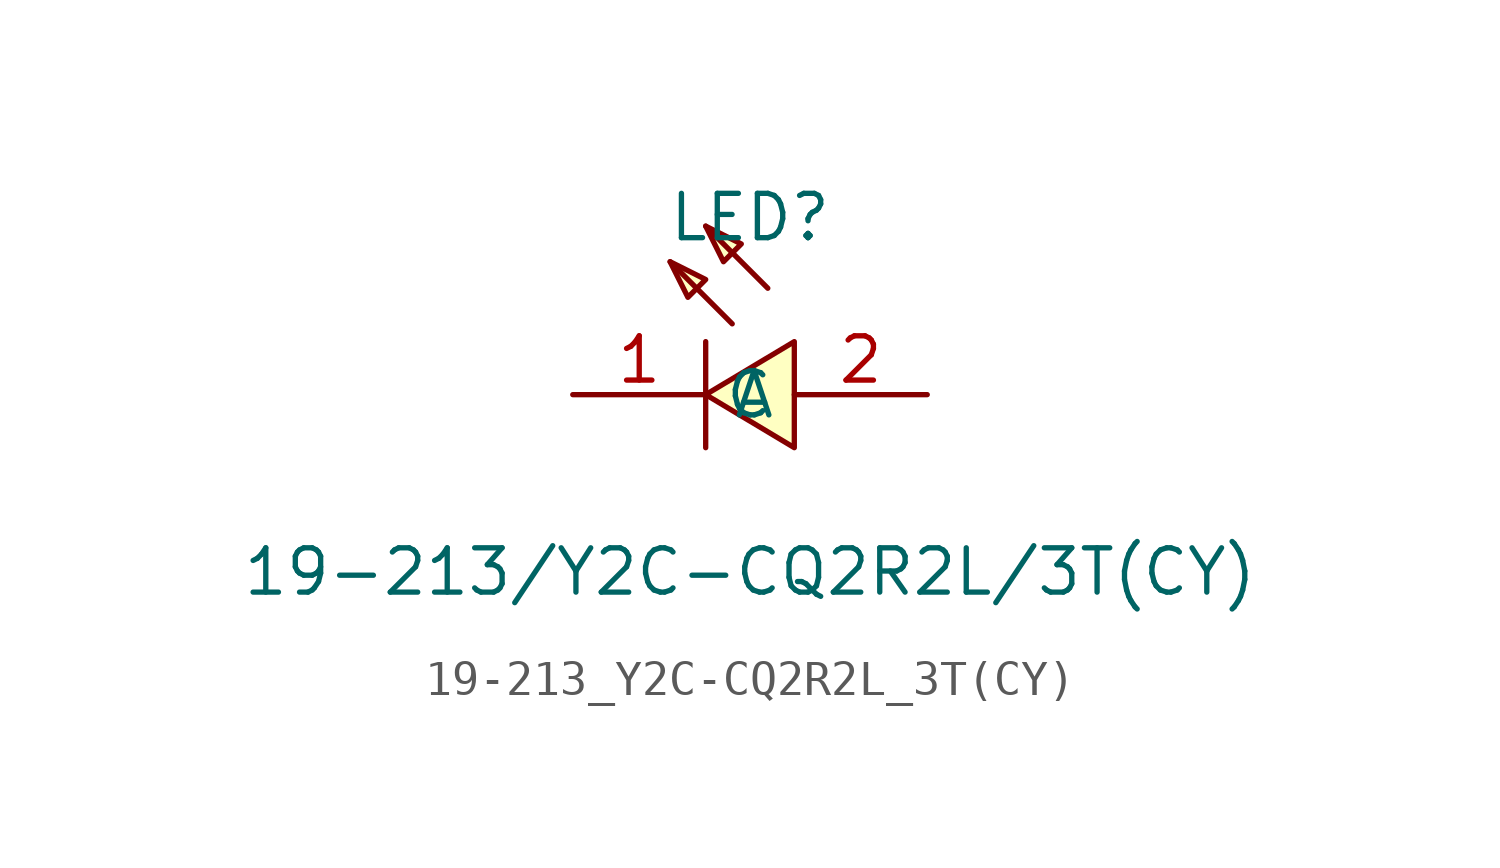
<source format=kicad_sym>
(kicad_symbol_lib
  (version 20211014)
  (generator https://github.com/uPesy/easyeda2kicad.py)
  (symbol "19-213_Y2C-CQ2R2L_3T(CY)"
    (property "Reference" "LED"
      (at 0 5.08 0)
      (effects (font (size 1.27 1.27))))
    (property "Value" "19-213/Y2C-CQ2R2L/3T(CY)"
      (at 0 -5.08 0)
      (effects (font (size 1.27 1.27))))
    (symbol "19-213_Y2C-CQ2R2L_3T(CY)_0_1"
      (polyline (pts (xy -0.51 2.03) (xy -2.29 3.81)) (stroke (width 0) (type default) (color 0 0 0 0)) (fill (type none)))
      (polyline (pts (xy 0.51 3.05) (xy -1.27 4.83)) (stroke (width 0) (type default) (color 0 0 0 0)) (fill (type none)))
      (polyline (pts (xy -1.27 1.52) (xy -1.27 -1.52)) (stroke (width 0) (type default) (color 0 0 0 0)) (fill (type none)))
      (polyline (pts (xy 1.27 -1.52) (xy -1.27 -0.00) (xy 1.27 1.52) (xy 1.27 -1.52)) (stroke (width 0) (type default) (color 0 0 0 0)) (fill (type background)))
      (polyline (pts (xy -2.29 3.81) (xy -1.27 3.30) (xy -1.78 2.79) (xy -2.29 3.81)) (stroke (width 0) (type default) (color 0 0 0 0)) (fill (type background)))
      (polyline (pts (xy -1.27 4.83) (xy -0.25 4.32) (xy -0.76 3.81) (xy -1.27 4.83)) (stroke (width 0) (type default) (color 0 0 0 0)) (fill (type background)))
      (pin input line (at 5.08 -0.00 180) (length 3.81) (name "A" (effects (font (size 1.27 1.27)))) (number "2" (effects (font (size 1.27 1.27)))))
      (pin input line (at -5.08 -0.00 0) (length 3.81) (name "C" (effects (font (size 1.27 1.27)))) (number "1" (effects (font (size 1.27 1.27))))))))
</source>
